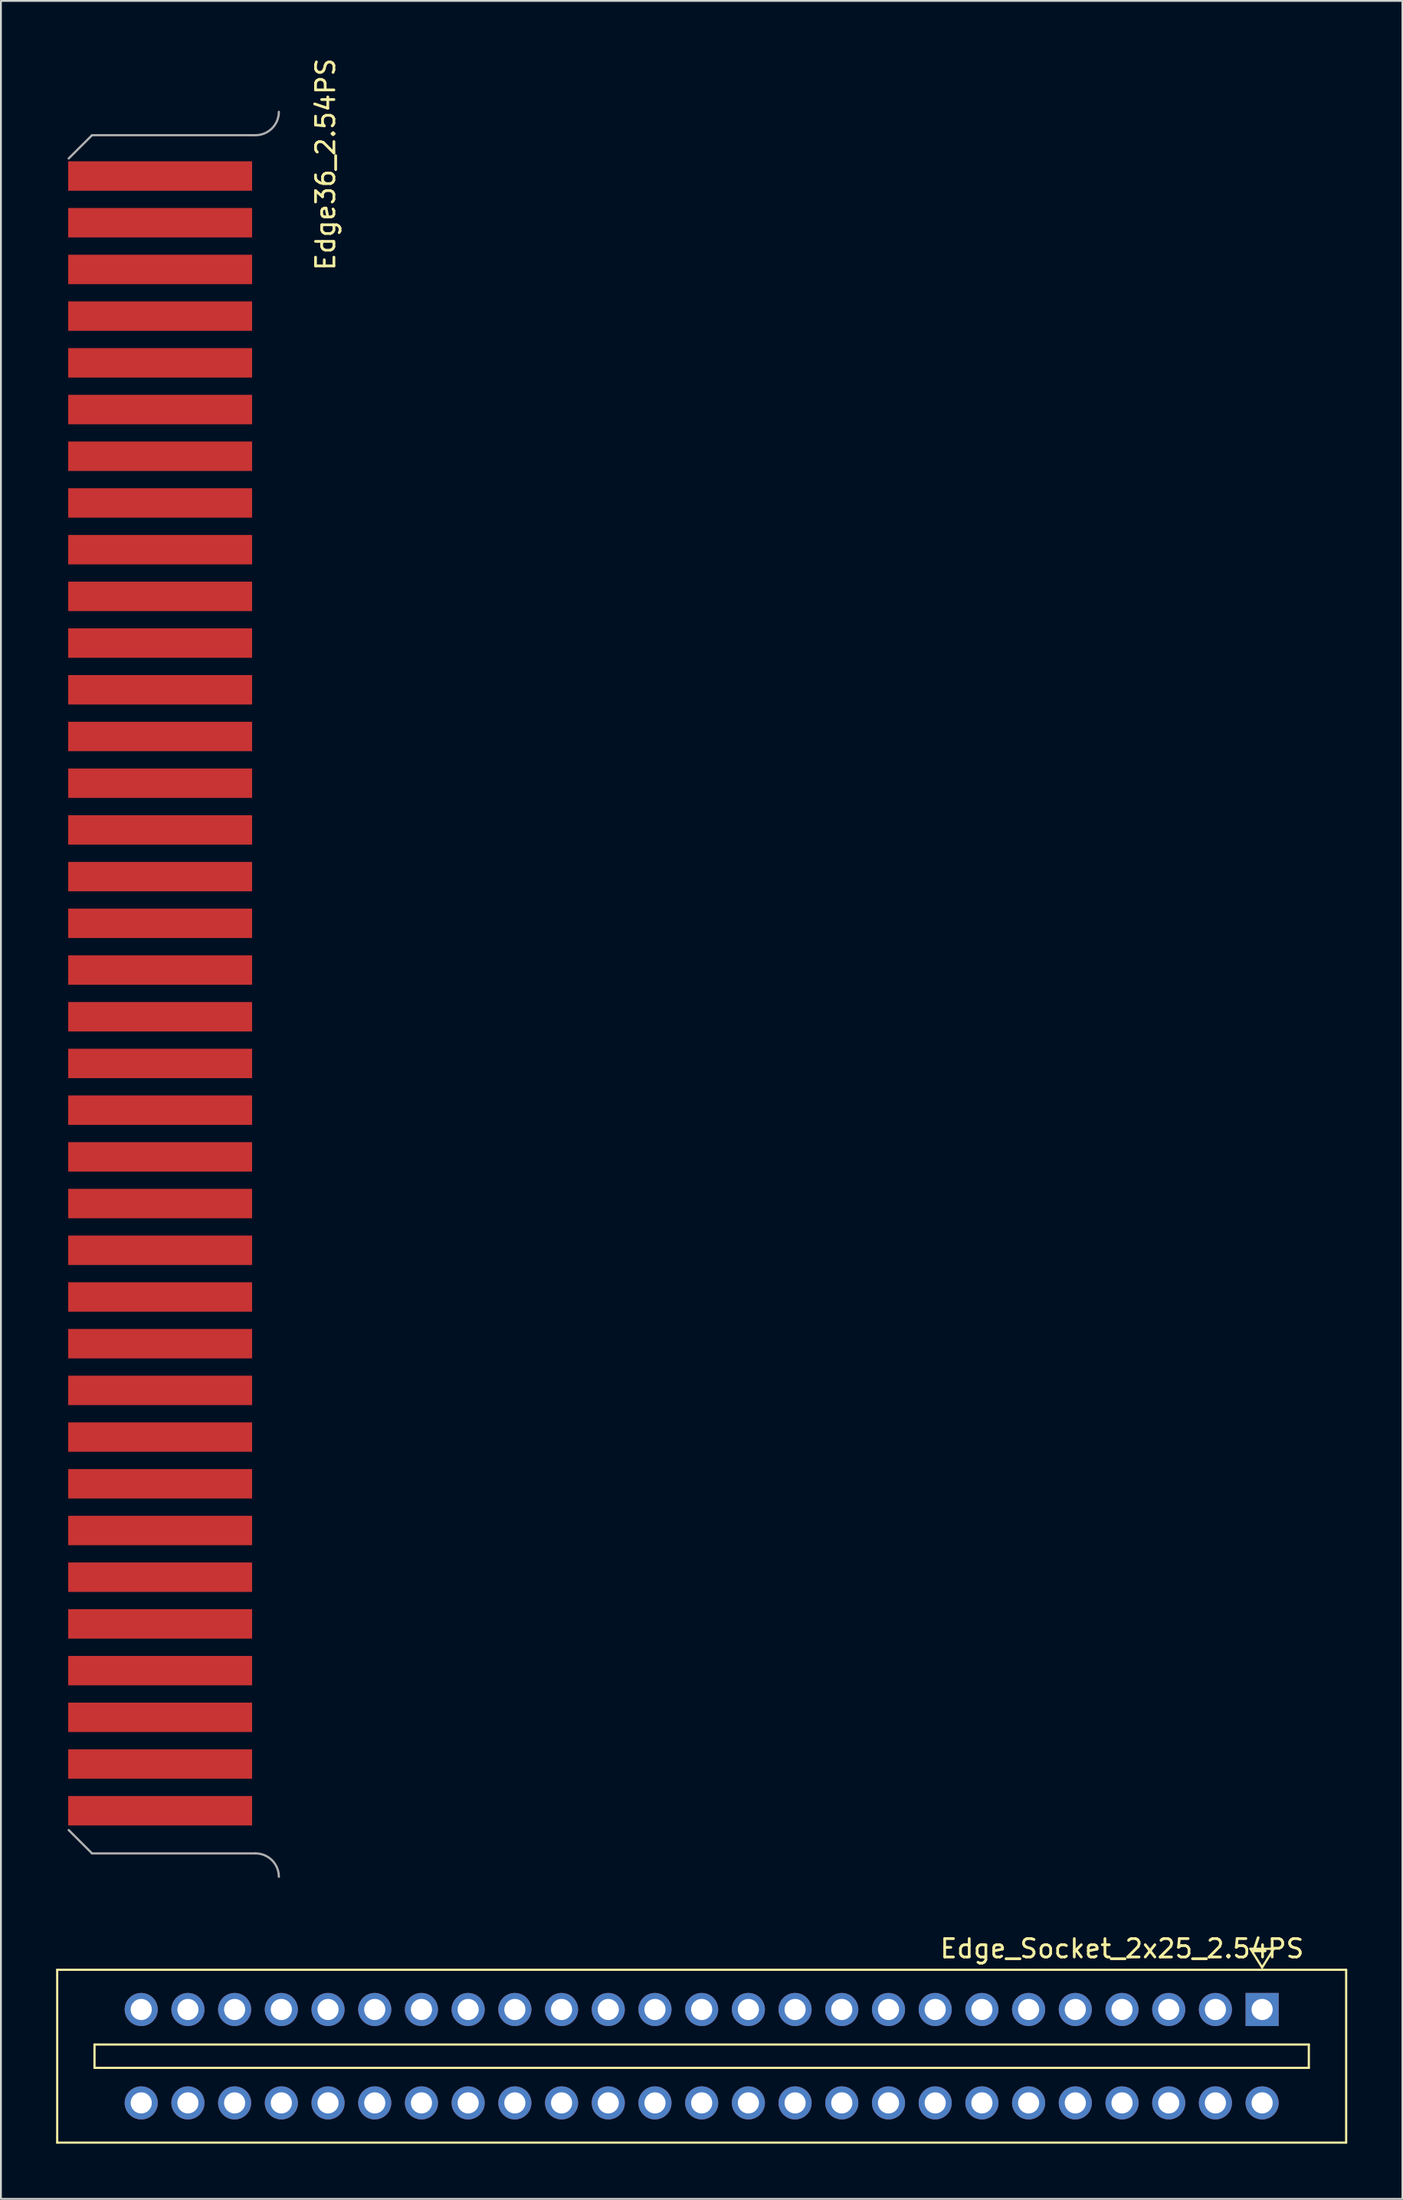
<source format=kicad_pcb>
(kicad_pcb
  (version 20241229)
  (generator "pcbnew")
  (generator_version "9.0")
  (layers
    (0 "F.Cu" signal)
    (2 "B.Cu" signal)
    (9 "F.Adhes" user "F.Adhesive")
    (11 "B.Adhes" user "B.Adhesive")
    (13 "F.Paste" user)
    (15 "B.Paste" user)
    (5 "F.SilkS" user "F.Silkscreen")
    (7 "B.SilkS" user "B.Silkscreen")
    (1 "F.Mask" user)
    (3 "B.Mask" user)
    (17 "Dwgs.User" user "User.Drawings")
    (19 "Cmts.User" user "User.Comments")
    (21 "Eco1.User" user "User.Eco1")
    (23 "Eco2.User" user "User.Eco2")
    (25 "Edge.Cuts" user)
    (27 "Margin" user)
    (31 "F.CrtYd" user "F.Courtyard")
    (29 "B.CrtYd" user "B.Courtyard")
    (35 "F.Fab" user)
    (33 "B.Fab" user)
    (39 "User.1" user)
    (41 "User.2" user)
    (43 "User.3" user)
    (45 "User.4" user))
  (footprint "Edge36_2.54PS"
    (layer "F.Cu")
    (at 3.86 6.522)
    (property "Reference" "Edge36_2.54PS" (at 10.795 -0.635 90) (layer "F.SilkS") (effects (font (size 1 1) (thickness 0.15))))
    (attr through_hole)
    (fp_poly (pts (xy 6.985 91.44) (xy -3.81 91.44) (xy -3.81 -2.54) (xy 6.985 -2.54)) (stroke (width 0.1) (type solid)) (fill yes) (layer "F.Mask"))
    (fp_line (start -1.905 -2.22) (end -3.175 -0.954) (stroke (width 0.12) (type solid)) (layer "F.Fab"))
    (fp_line (start -1.905 91.22) (end -3.175 89.95) (stroke (width 0.12) (type solid)) (layer "F.Fab"))
    (fp_line (start 6.985 -2.22) (end -1.905 -2.22) (stroke (width 0.12) (type solid)) (layer "F.Fab"))
    (fp_line (start 6.985 91.22) (end -1.905 91.22) (stroke (width 0.12) (type solid)) (layer "F.Fab"))
    (fp_arc (start 6.985 91.22) (mid 7.883026 91.591974) (end 8.255 92.49) (stroke (width 0.12) (type solid)) (layer "F.Fab"))
    (fp_arc (start 8.255 -3.49) (mid 7.883026 -2.591974) (end 6.985 -2.22) (stroke (width 0.12) (type solid)) (layer "F.Fab"))
    (pad "1" smd rect (at 1.8 0) (size 10 1.6) (layers "F.Cu" "F.Mask" "F.Paste"))
    (pad "2" smd rect (at 1.8 2.54) (size 10 1.6) (layers "F.Cu" "F.Mask" "F.Paste"))
    (pad "3" smd rect (at 1.8 5.08) (size 10 1.6) (layers "F.Cu" "F.Mask" "F.Paste"))
    (pad "4" smd rect (at 1.8 7.62) (size 10 1.6) (layers "F.Cu" "F.Mask" "F.Paste"))
    (pad "5" smd rect (at 1.8 10.16) (size 10 1.6) (layers "F.Cu" "F.Mask" "F.Paste"))
    (pad "6" smd rect (at 1.8 12.7) (size 10 1.6) (layers "F.Cu" "F.Mask" "F.Paste"))
    (pad "7" smd rect (at 1.8 15.24) (size 10 1.6) (layers "F.Cu" "F.Mask" "F.Paste"))
    (pad "8" smd rect (at 1.8 17.78) (size 10 1.6) (layers "F.Cu" "F.Mask" "F.Paste"))
    (pad "9" smd rect (at 1.8 20.32) (size 10 1.6) (layers "F.Cu" "F.Mask" "F.Paste"))
    (pad "10" smd rect (at 1.8 22.86) (size 10 1.6) (layers "F.Cu" "F.Mask" "F.Paste"))
    (pad "11" smd rect (at 1.8 25.4) (size 10 1.6) (layers "F.Cu" "F.Mask" "F.Paste"))
    (pad "12" smd rect (at 1.8 27.94) (size 10 1.6) (layers "F.Cu" "F.Mask" "F.Paste"))
    (pad "13" smd rect (at 1.8 30.48) (size 10 1.6) (layers "F.Cu" "F.Mask" "F.Paste"))
    (pad "14" smd rect (at 1.8 33.02) (size 10 1.6) (layers "F.Cu" "F.Mask" "F.Paste"))
    (pad "15" smd rect (at 1.8 35.56) (size 10 1.6) (layers "F.Cu" "F.Mask" "F.Paste"))
    (pad "16" smd rect (at 1.8 38.1) (size 10 1.6) (layers "F.Cu" "F.Mask" "F.Paste"))
    (pad "17" smd rect (at 1.8 40.64) (size 10 1.6) (layers "F.Cu" "F.Mask" "F.Paste"))
    (pad "18" smd rect (at 1.8 43.18) (size 10 1.6) (layers "F.Cu" "F.Mask" "F.Paste"))
    (pad "19" smd rect (at 1.8 45.72) (size 10 1.6) (layers "F.Cu" "F.Mask" "F.Paste"))
    (pad "20" smd rect (at 1.8 48.26) (size 10 1.6) (layers "F.Cu" "F.Mask" "F.Paste"))
    (pad "21" smd rect (at 1.8 50.8) (size 10 1.6) (layers "F.Cu" "F.Mask" "F.Paste"))
    (pad "22" smd rect (at 1.8 53.34) (size 10 1.6) (layers "F.Cu" "F.Mask" "F.Paste"))
    (pad "23" smd rect (at 1.8 55.88) (size 10 1.6) (layers "F.Cu" "F.Mask" "F.Paste"))
    (pad "24" smd rect (at 1.8 58.42) (size 10 1.6) (layers "F.Cu" "F.Mask" "F.Paste"))
    (pad "25" smd rect (at 1.8 60.96) (size 10 1.6) (layers "F.Cu" "F.Mask" "F.Paste"))
    (pad "26" smd rect (at 1.8 63.5) (size 10 1.6) (layers "F.Cu" "F.Mask" "F.Paste"))
    (pad "27" smd rect (at 1.8 66.04) (size 10 1.6) (layers "F.Cu" "F.Mask" "F.Paste"))
    (pad "28" smd rect (at 1.8 68.58) (size 10 1.6) (layers "F.Cu" "F.Mask" "F.Paste"))
    (pad "29" smd rect (at 1.8 71.12) (size 10 1.6) (layers "F.Cu" "F.Mask" "F.Paste"))
    (pad "30" smd rect (at 1.8 73.66) (size 10 1.6) (layers "F.Cu" "F.Mask" "F.Paste"))
    (pad "31" smd rect (at 1.8 76.2) (size 10 1.6) (layers "F.Cu" "F.Mask" "F.Paste"))
    (pad "32" smd rect (at 1.8 78.74) (size 10 1.6) (layers "F.Cu" "F.Mask" "F.Paste"))
    (pad "33" smd rect (at 1.8 81.28) (size 10 1.6) (layers "F.Cu" "F.Mask" "F.Paste"))
    (pad "34" smd rect (at 1.8 83.82) (size 10 1.6) (layers "F.Cu" "F.Mask" "F.Paste"))
    (pad "35" smd rect (at 1.8 86.36) (size 10 1.6) (layers "F.Cu" "F.Mask" "F.Paste"))
    (pad "36" smd rect (at 1.8 88.9) (size 10 1.6) (layers "F.Cu" "F.Mask" "F.Paste")))
  (footprint "Edge_Socket_2x25_2.54PS"
    (layer "F.Cu")
    (at 57.97 102.42)
    (property "Reference" "Edge_Socket_2x25_2.54PS" (at 0 0.5 0) (layer "F.SilkS") (effects (font (size 1 1) (thickness 0.15))))
    (attr through_hole)
    (fp_line (start -57.91 1.651) (end 12.19 1.651) (stroke (width 0.12) (type solid)) (layer "F.SilkS"))
    (fp_line (start -57.91 11.049) (end -57.91 1.651) (stroke (width 0.12) (type solid)) (layer "F.SilkS"))
    (fp_line (start -55.88 5.715) (end 10.16 5.715) (stroke (width 0.12) (type solid)) (layer "F.SilkS"))
    (fp_line (start -55.88 6.985) (end -55.88 5.715) (stroke (width 0.12) (type solid)) (layer "F.SilkS"))
    (fp_line (start 6.985 0.508) (end 8.255 0.508) (stroke (width 0.12) (type solid)) (layer "F.SilkS"))
    (fp_line (start 7.62 1.524) (end 6.985 0.508) (stroke (width 0.12) (type solid)) (layer "F.SilkS"))
    (fp_line (start 8.255 0.508) (end 7.62 1.524) (stroke (width 0.12) (type solid)) (layer "F.SilkS"))
    (fp_line (start 10.16 5.715) (end 10.16 6.985) (stroke (width 0.12) (type solid)) (layer "F.SilkS"))
    (fp_line (start 10.16 6.985) (end -55.88 6.985) (stroke (width 0.12) (type solid)) (layer "F.SilkS"))
    (fp_line (start 12.19 1.651) (end 12.19 11.049) (stroke (width 0.12) (type solid)) (layer "F.SilkS"))
    (fp_line (start 12.19 11.049) (end -57.91 11.049) (stroke (width 0.12) (type solid)) (layer "F.SilkS"))
    (pad "1" thru_hole rect (at 7.62 3.81 270) (size 1.8 1.8) (drill 1.15) (layers "*.Cu" "*.Mask"))
    (pad "2" thru_hole circle (at 5.08 3.81 270) (size 1.8 1.8) (drill 1.15) (layers "*.Cu" "*.Mask"))
    (pad "3" thru_hole circle (at 2.54 3.81 270) (size 1.8 1.8) (drill 1.15) (layers "*.Cu" "*.Mask"))
    (pad "4" thru_hole circle (at 0 3.81 270) (size 1.8 1.8) (drill 1.15) (layers "*.Cu" "*.Mask"))
    (pad "5" thru_hole circle (at -2.54 3.81 270) (size 1.8 1.8) (drill 1.15) (layers "*.Cu" "*.Mask"))
    (pad "6" thru_hole circle (at -5.08 3.81 270) (size 1.8 1.8) (drill 1.15) (layers "*.Cu" "*.Mask"))
    (pad "7" thru_hole circle (at -7.62 3.81 270) (size 1.8 1.8) (drill 1.15) (layers "*.Cu" "*.Mask"))
    (pad "8" thru_hole circle (at -10.16 3.81 270) (size 1.8 1.8) (drill 1.15) (layers "*.Cu" "*.Mask"))
    (pad "9" thru_hole circle (at -12.7 3.81 270) (size 1.8 1.8) (drill 1.15) (layers "*.Cu" "*.Mask"))
    (pad "10" thru_hole circle (at -15.24 3.81 270) (size 1.8 1.8) (drill 1.15) (layers "*.Cu" "*.Mask"))
    (pad "11" thru_hole circle (at -17.78 3.81 270) (size 1.8 1.8) (drill 1.15) (layers "*.Cu" "*.Mask"))
    (pad "12" thru_hole circle (at -20.32 3.81 270) (size 1.8 1.8) (drill 1.15) (layers "*.Cu" "*.Mask"))
    (pad "13" thru_hole circle (at -22.86 3.81 270) (size 1.8 1.8) (drill 1.15) (layers "*.Cu" "*.Mask"))
    (pad "14" thru_hole circle (at -25.4 3.81 270) (size 1.8 1.8) (drill 1.15) (layers "*.Cu" "*.Mask"))
    (pad "15" thru_hole circle (at -27.94 3.81 270) (size 1.8 1.8) (drill 1.15) (layers "*.Cu" "*.Mask"))
    (pad "16" thru_hole circle (at -30.48 3.81 270) (size 1.8 1.8) (drill 1.15) (layers "*.Cu" "*.Mask"))
    (pad "17" thru_hole circle (at -33.02 3.81 270) (size 1.8 1.8) (drill 1.15) (layers "*.Cu" "*.Mask"))
    (pad "18" thru_hole circle (at -35.56 3.81 270) (size 1.8 1.8) (drill 1.15) (layers "*.Cu" "*.Mask"))
    (pad "19" thru_hole circle (at -38.1 3.81 270) (size 1.8 1.8) (drill 1.15) (layers "*.Cu" "*.Mask"))
    (pad "20" thru_hole circle (at -40.64 3.81 270) (size 1.8 1.8) (drill 1.15) (layers "*.Cu" "*.Mask"))
    (pad "21" thru_hole circle (at -43.18 3.81 270) (size 1.8 1.8) (drill 1.15) (layers "*.Cu" "*.Mask"))
    (pad "22" thru_hole circle (at -45.72 3.81 270) (size 1.8 1.8) (drill 1.15) (layers "*.Cu" "*.Mask"))
    (pad "23" thru_hole circle (at -48.26 3.81 270) (size 1.8 1.8) (drill 1.15) (layers "*.Cu" "*.Mask"))
    (pad "24" thru_hole circle (at -50.8 3.81 270) (size 1.8 1.8) (drill 1.15) (layers "*.Cu" "*.Mask"))
    (pad "25" thru_hole circle (at -53.34 3.81 270) (size 1.8 1.8) (drill 1.15) (layers "*.Cu" "*.Mask"))
    (pad "26" thru_hole circle (at 7.62 8.89 270) (size 1.8 1.8) (drill 1.15) (layers "*.Cu" "*.Mask"))
    (pad "27" thru_hole circle (at 5.08 8.89 270) (size 1.8 1.8) (drill 1.15) (layers "*.Cu" "*.Mask"))
    (pad "28" thru_hole circle (at 2.54 8.89 270) (size 1.8 1.8) (drill 1.15) (layers "*.Cu" "*.Mask"))
    (pad "29" thru_hole circle (at 0 8.89 270) (size 1.8 1.8) (drill 1.15) (layers "*.Cu" "*.Mask"))
    (pad "30" thru_hole circle (at -2.54 8.89 270) (size 1.8 1.8) (drill 1.15) (layers "*.Cu" "*.Mask"))
    (pad "31" thru_hole circle (at -5.08 8.89 270) (size 1.8 1.8) (drill 1.15) (layers "*.Cu" "*.Mask"))
    (pad "32" thru_hole circle (at -7.62 8.89 270) (size 1.8 1.8) (drill 1.15) (layers "*.Cu" "*.Mask"))
    (pad "33" thru_hole circle (at -10.16 8.89 270) (size 1.8 1.8) (drill 1.15) (layers "*.Cu" "*.Mask"))
    (pad "34" thru_hole circle (at -12.7 8.89 270) (size 1.8 1.8) (drill 1.15) (layers "*.Cu" "*.Mask"))
    (pad "35" thru_hole circle (at -15.24 8.89 270) (size 1.8 1.8) (drill 1.15) (layers "*.Cu" "*.Mask"))
    (pad "36" thru_hole circle (at -17.78 8.89 270) (size 1.8 1.8) (drill 1.15) (layers "*.Cu" "*.Mask"))
    (pad "37" thru_hole circle (at -20.32 8.89 270) (size 1.8 1.8) (drill 1.15) (layers "*.Cu" "*.Mask"))
    (pad "38" thru_hole circle (at -22.86 8.89 270) (size 1.8 1.8) (drill 1.15) (layers "*.Cu" "*.Mask"))
    (pad "39" thru_hole circle (at -25.4 8.89 270) (size 1.8 1.8) (drill 1.15) (layers "*.Cu" "*.Mask"))
    (pad "40" thru_hole circle (at -27.94 8.89 270) (size 1.8 1.8) (drill 1.15) (layers "*.Cu" "*.Mask"))
    (pad "41" thru_hole circle (at -30.48 8.89 270) (size 1.8 1.8) (drill 1.15) (layers "*.Cu" "*.Mask"))
    (pad "42" thru_hole circle (at -33.02 8.89 270) (size 1.8 1.8) (drill 1.15) (layers "*.Cu" "*.Mask"))
    (pad "43" thru_hole circle (at -35.56 8.89 270) (size 1.8 1.8) (drill 1.15) (layers "*.Cu" "*.Mask"))
    (pad "44" thru_hole circle (at -38.1 8.89 270) (size 1.8 1.8) (drill 1.15) (layers "*.Cu" "*.Mask"))
    (pad "45" thru_hole circle (at -40.64 8.89 270) (size 1.8 1.8) (drill 1.15) (layers "*.Cu" "*.Mask"))
    (pad "46" thru_hole circle (at -43.18 8.89 270) (size 1.8 1.8) (drill 1.15) (layers "*.Cu" "*.Mask"))
    (pad "47" thru_hole circle (at -45.72 8.89 270) (size 1.8 1.8) (drill 1.15) (layers "*.Cu" "*.Mask"))
    (pad "48" thru_hole circle (at -48.26 8.89 270) (size 1.8 1.8) (drill 1.15) (layers "*.Cu" "*.Mask"))
    (pad "49" thru_hole circle (at -50.8 8.89 270) (size 1.8 1.8) (drill 1.15) (layers "*.Cu" "*.Mask"))
    (pad "50" thru_hole circle (at -53.34 8.89 270) (size 1.8 1.8) (drill 1.15) (layers "*.Cu" "*.Mask")))
  (gr_rect
    (start -3 -3)
    (end 73.22 116.529)
    (stroke (width 0.1) (type default))
    (fill no)
    (layer "Edge.Cuts")))
</source>
